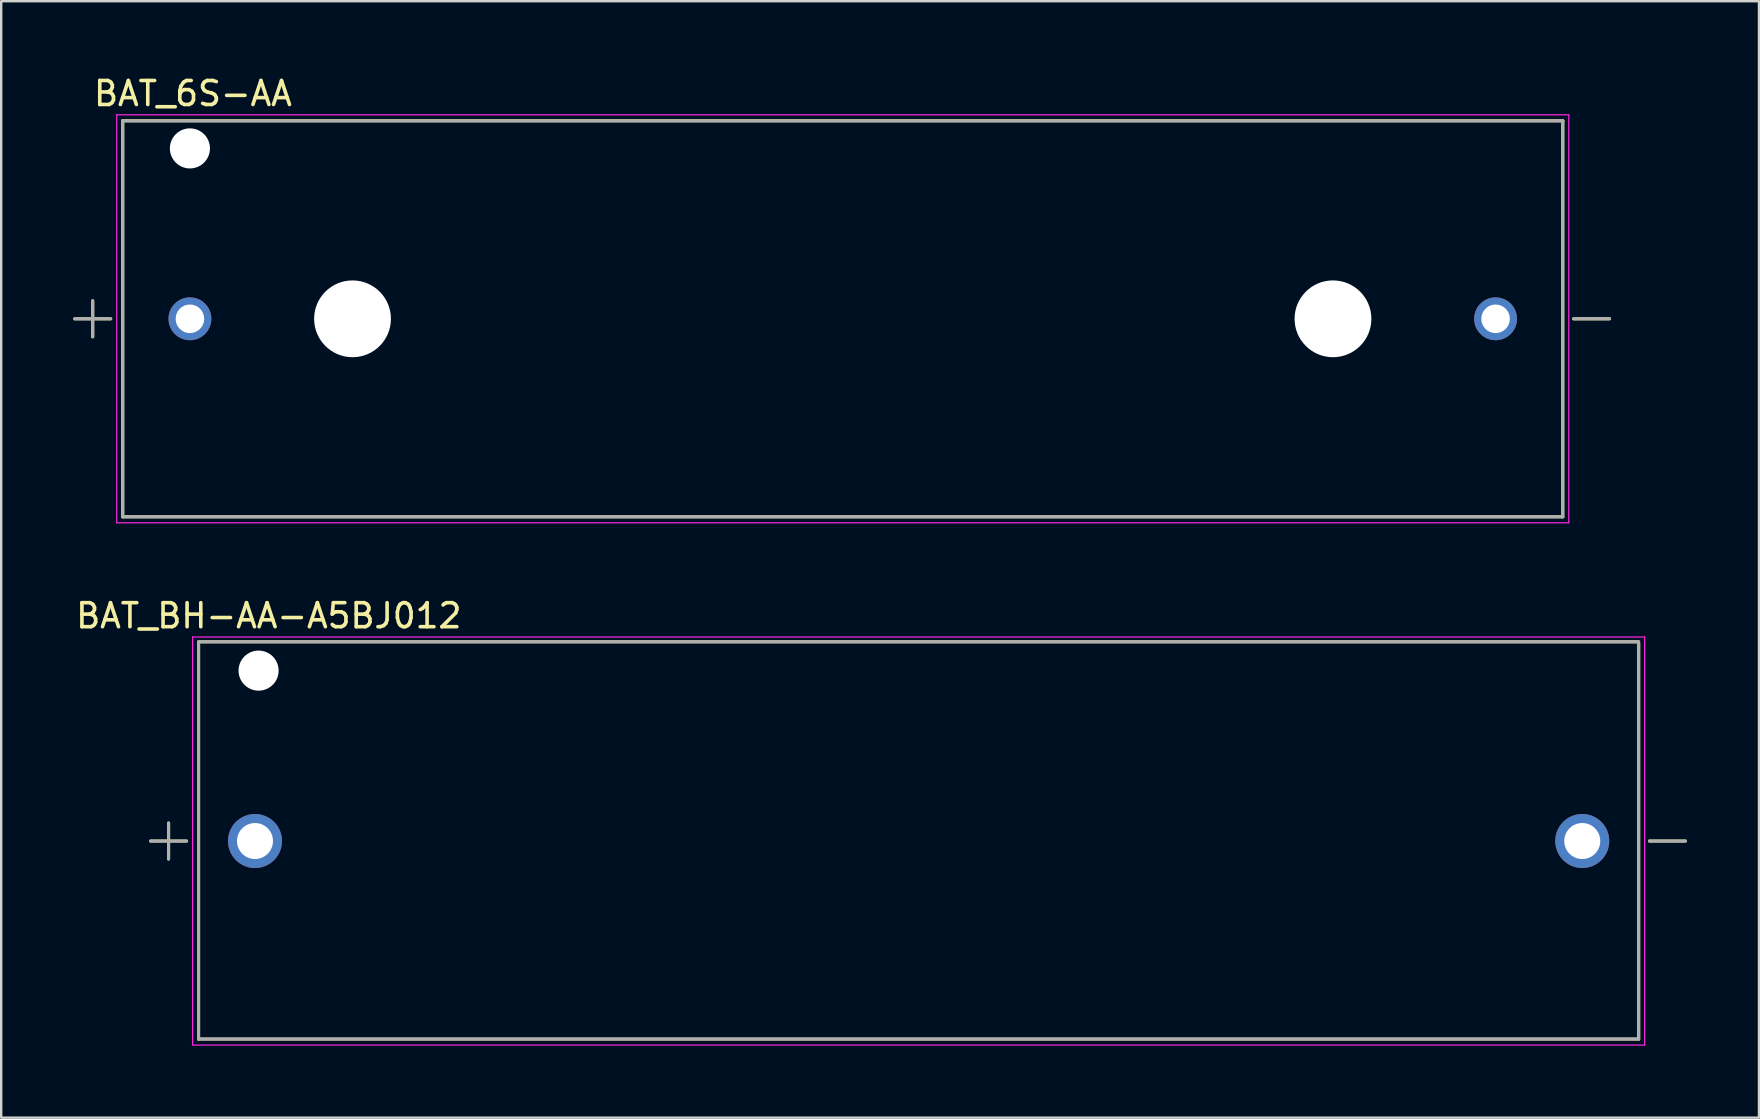
<source format=kicad_pcb>
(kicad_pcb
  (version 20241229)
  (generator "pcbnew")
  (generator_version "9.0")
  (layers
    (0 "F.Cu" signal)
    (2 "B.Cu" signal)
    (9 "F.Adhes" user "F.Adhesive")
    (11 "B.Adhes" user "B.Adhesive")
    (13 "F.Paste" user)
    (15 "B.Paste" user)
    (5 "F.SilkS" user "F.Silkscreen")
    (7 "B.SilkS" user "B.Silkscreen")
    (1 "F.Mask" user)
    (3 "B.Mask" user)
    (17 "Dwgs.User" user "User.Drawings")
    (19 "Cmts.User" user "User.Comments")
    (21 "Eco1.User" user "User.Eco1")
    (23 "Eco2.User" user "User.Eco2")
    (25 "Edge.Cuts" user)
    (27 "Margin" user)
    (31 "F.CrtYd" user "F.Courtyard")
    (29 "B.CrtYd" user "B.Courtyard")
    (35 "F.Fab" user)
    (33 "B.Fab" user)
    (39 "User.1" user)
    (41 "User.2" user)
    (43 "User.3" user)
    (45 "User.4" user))
  (footprint "BAT_BH-AA-A5BJ012"
    (layer "F.Cu")
    (at 35.224 31.991)
    (property "Reference" "BAT_BH-AA-A5BJ012" (at -27.075 -9.385 0) (layer "F.SilkS") (effects (font (size 1 1) (thickness 0.15))))
    (attr through_hole)
    (fp_line (start -32 0) (end -30.5 0) (stroke (width 0.127) (type solid)) (layer "F.SilkS"))
    (fp_line (start -31.25 0.75) (end -31.25 -0.75) (stroke (width 0.127) (type solid)) (layer "F.SilkS"))
    (fp_line (start -30 -8.3) (end 30 -8.3) (stroke (width 0.127) (type solid)) (layer "F.SilkS"))
    (fp_line (start -30 8.25) (end -30 -8.25) (stroke (width 0.127) (type solid)) (layer "F.SilkS"))
    (fp_line (start 30 -8.25) (end 30 8.25) (stroke (width 0.127) (type solid)) (layer "F.SilkS"))
    (fp_line (start 30 8.25) (end -30 8.25) (stroke (width 0.127) (type solid)) (layer "F.SilkS"))
    (fp_line (start 30.45 0) (end 31.95 0) (stroke (width 0.127) (type solid)) (layer "F.SilkS"))
    (fp_line (start -30.25 -8.5) (end -30.25 8.5) (stroke (width 0.05) (type solid)) (layer "F.CrtYd"))
    (fp_line (start -30.25 8.5) (end 30.25 8.5) (stroke (width 0.05) (type solid)) (layer "F.CrtYd"))
    (fp_line (start 30.25 -8.5) (end -30.25 -8.5) (stroke (width 0.05) (type solid)) (layer "F.CrtYd"))
    (fp_line (start 30.25 8.5) (end 30.25 -8.5) (stroke (width 0.05) (type solid)) (layer "F.CrtYd"))
    (fp_line (start -32 0) (end -30.5 0) (stroke (width 0.127) (type solid)) (layer "F.Fab"))
    (fp_line (start -31.25 0.75) (end -31.25 -0.75) (stroke (width 0.127) (type solid)) (layer "F.Fab"))
    (fp_line (start -30 -8.3) (end 30 -8.3) (stroke (width 0.127) (type solid)) (layer "F.Fab"))
    (fp_line (start -30 8.25) (end -30 -8.25) (stroke (width 0.127) (type solid)) (layer "F.Fab"))
    (fp_line (start 30 -8.25) (end 30 8.25) (stroke (width 0.127) (type solid)) (layer "F.Fab"))
    (fp_line (start 30 8.25) (end -30 8.25) (stroke (width 0.127) (type solid)) (layer "F.Fab"))
    (fp_line (start 30.45 0) (end 31.95 0) (stroke (width 0.127) (type solid)) (layer "F.Fab"))
    (pad "" np_thru_hole circle (at -27.5 -7.1) (size 1.67 1.67) (drill 2) (layers "*.Cu" "*.Mask"))
    (pad "+" thru_hole circle (at -27.65 0) (size 2.25 2.25) (drill 1.5) (layers "*.Cu" "*.Mask"))
    (pad "-" thru_hole circle (at 27.65 0) (size 2.25 2.25) (drill 1.5) (layers "*.Cu" "*.Mask")))
  (footprint "BAT_6S-AA"
    (layer "F.Cu")
    (at 32.063 10.233)
    (property "Reference" "BAT_6S-AA" (at -27.075 -9.385 0) (layer "F.SilkS") (effects (font (size 1 1) (thickness 0.15))))
    (attr through_hole)
    (fp_line (start -32 0) (end -30.5 0) (stroke (width 0.127) (type solid)) (layer "F.SilkS"))
    (fp_line (start -31.25 0.75) (end -31.25 -0.75) (stroke (width 0.127) (type solid)) (layer "F.SilkS"))
    (fp_line (start -30 -8.25) (end 30 -8.25) (stroke (width 0.127) (type solid)) (layer "F.SilkS"))
    (fp_line (start -30 8.25) (end -30 -8.25) (stroke (width 0.127) (type solid)) (layer "F.SilkS"))
    (fp_line (start 30 -8.25) (end 30 8.25) (stroke (width 0.127) (type solid)) (layer "F.SilkS"))
    (fp_line (start 30 8.25) (end -30 8.25) (stroke (width 0.127) (type solid)) (layer "F.SilkS"))
    (fp_line (start 30.45 0) (end 31.95 0) (stroke (width 0.127) (type solid)) (layer "F.SilkS"))
    (fp_line (start -30.25 -8.5) (end -30.25 8.5) (stroke (width 0.05) (type solid)) (layer "F.CrtYd"))
    (fp_line (start -30.25 8.5) (end 30.25 8.5) (stroke (width 0.05) (type solid)) (layer "F.CrtYd"))
    (fp_line (start 30.25 -8.5) (end -30.25 -8.5) (stroke (width 0.05) (type solid)) (layer "F.CrtYd"))
    (fp_line (start 30.25 8.5) (end 30.25 -8.5) (stroke (width 0.05) (type solid)) (layer "F.CrtYd"))
    (fp_line (start -32 0) (end -30.5 0) (stroke (width 0.127) (type solid)) (layer "F.Fab"))
    (fp_line (start -31.25 0.75) (end -31.25 -0.75) (stroke (width 0.127) (type solid)) (layer "F.Fab"))
    (fp_line (start -30 -8.25) (end 30 -8.25) (stroke (width 0.127) (type solid)) (layer "F.Fab"))
    (fp_line (start -30 8.25) (end -30 -8.25) (stroke (width 0.127) (type solid)) (layer "F.Fab"))
    (fp_line (start 30 -8.25) (end 30 8.25) (stroke (width 0.127) (type solid)) (layer "F.Fab"))
    (fp_line (start 30 8.25) (end -30 8.25) (stroke (width 0.127) (type solid)) (layer "F.Fab"))
    (fp_line (start 30.45 0) (end 31.95 0) (stroke (width 0.127) (type solid)) (layer "F.Fab"))
    (pad "" np_thru_hole circle (at -27.2 -7.1) (size 1.67 1.67) (drill 1.67) (layers "*.Cu" "*.Mask"))
    (pad "" np_thru_hole circle (at -20.425 0) (size 3.2 3.2) (drill 3.2) (layers "*.Cu" "*.Mask"))
    (pad "" np_thru_hole circle (at 20.425 0) (size 3.2 3.2) (drill 3.2) (layers "*.Cu" "*.Mask"))
    (pad "+" thru_hole circle (at -27.2 0) (size 1.785 1.785) (drill 1.19) (layers "*.Cu" "*.Mask"))
    (pad "-" thru_hole circle (at 27.2 0) (size 1.785 1.785) (drill 1.19) (layers "*.Cu" "*.Mask")))
  (gr_rect
    (start -3 -3)
    (end 70.237 43.517)
    (stroke (width 0.1) (type default))
    (fill no)
    (layer "Edge.Cuts")))
</source>
